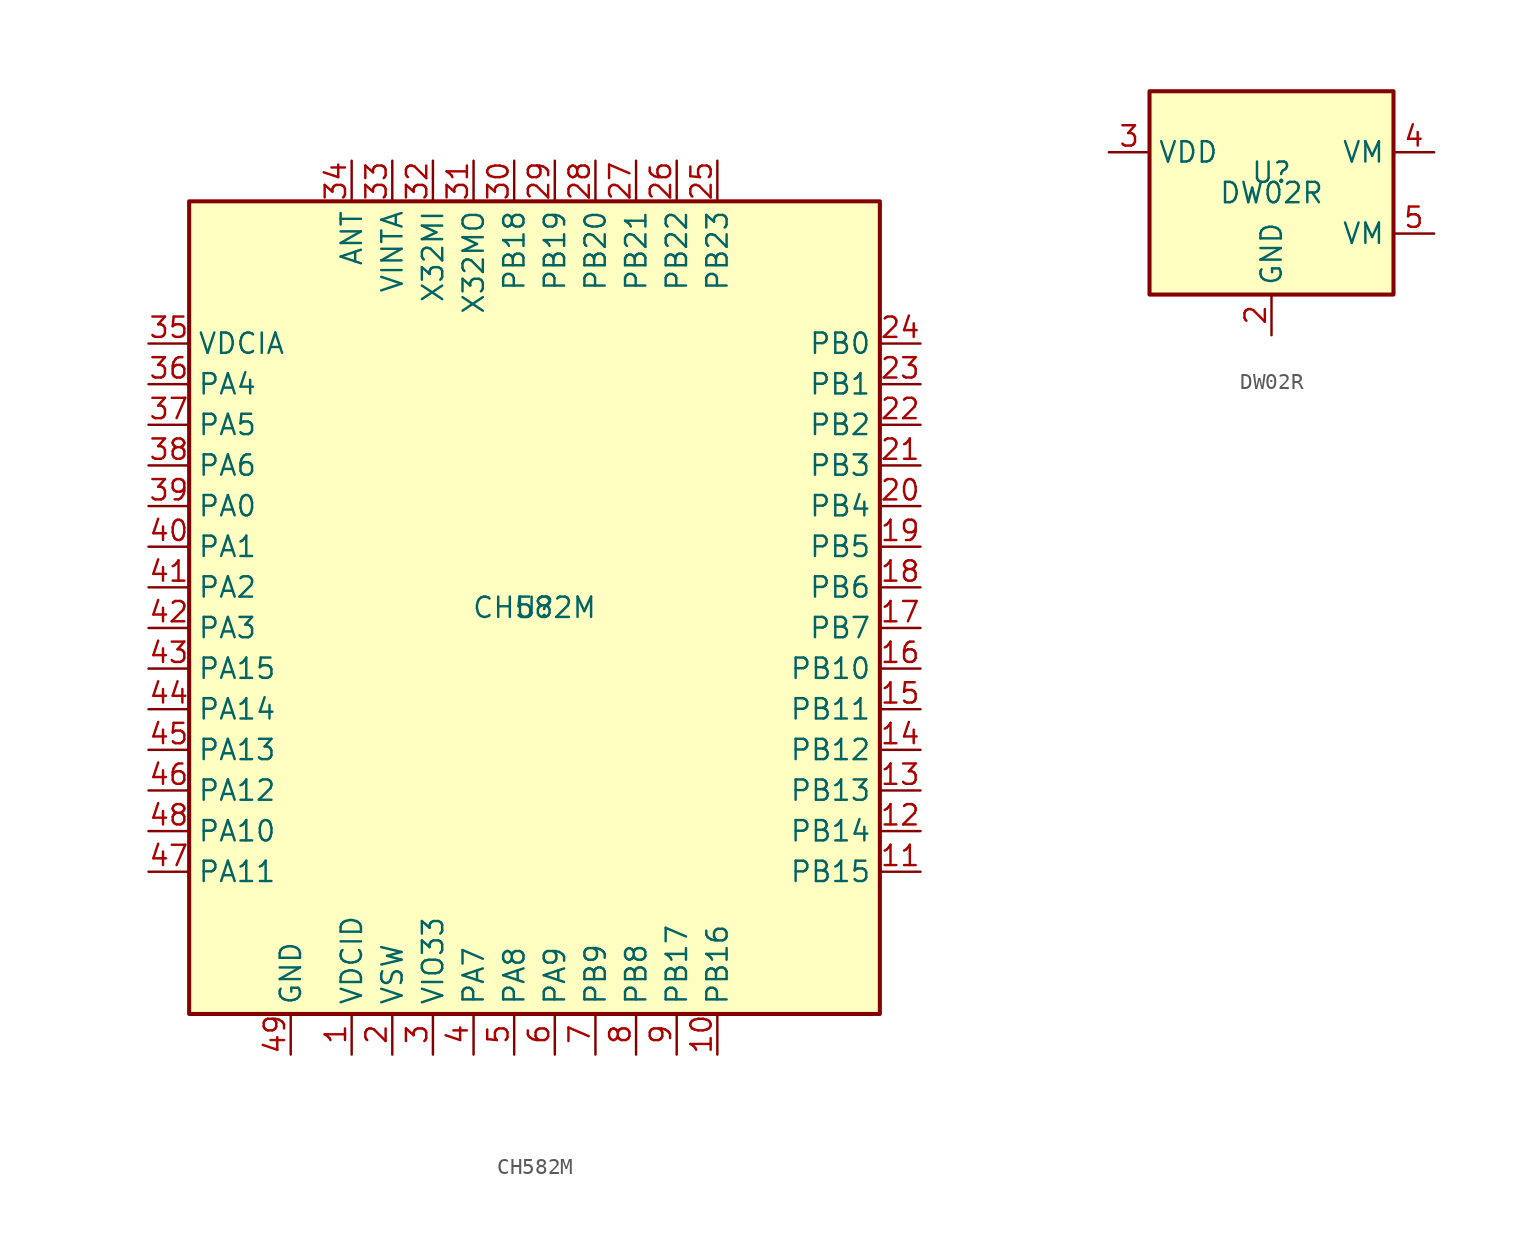
<source format=kicad_sym>
(kicad_symbol_lib
  (version 20231120)
  (generator "kicad_symbol_editor")
  (generator_version "8.0")
  (symbol "CH582M"
    (property "Reference" "U"
      (at 0 0 0)
      (effects (font (size 1.27 1.27))))
    (property "Value" "CH582M"
      (at 0 0 0)
      (effects (font (size 1.27 1.27))))
    (symbol "CH582M_1_1"
      (rectangle (start -21.59 25.4) (end 21.59 -25.4) (stroke (width 0.254) (type default)) (fill (type background)))
      (pin power_in line (at -11.43 -27.94 90) (length 2.54) (name "VDCID" (effects (font (size 1.27 1.27)))) (number "1" (effects (font (size 1.27 1.27)))))
      (pin bidirectional line (at 11.43 -27.94 90) (length 2.54) (name "PB16" (effects (font (size 1.27 1.27)))) (number "10" (effects (font (size 1.27 1.27)))))
      (pin bidirectional line (at 24.13 -16.51 180) (length 2.54) (name "PB15" (effects (font (size 1.27 1.27)))) (number "11" (effects (font (size 1.27 1.27)))))
      (pin bidirectional line (at 24.13 -13.97 180) (length 2.54) (name "PB14" (effects (font (size 1.27 1.27)))) (number "12" (effects (font (size 1.27 1.27)))))
      (pin bidirectional line (at 24.13 -11.43 180) (length 2.54) (name "PB13" (effects (font (size 1.27 1.27)))) (number "13" (effects (font (size 1.27 1.27)))))
      (pin bidirectional line (at 24.13 -8.89 180) (length 2.54) (name "PB12" (effects (font (size 1.27 1.27)))) (number "14" (effects (font (size 1.27 1.27)))))
      (pin bidirectional line (at 24.13 -6.35 180) (length 2.54) (name "PB11" (effects (font (size 1.27 1.27)))) (number "15" (effects (font (size 1.27 1.27)))))
      (pin bidirectional line (at 24.13 -3.81 180) (length 2.54) (name "PB10" (effects (font (size 1.27 1.27)))) (number "16" (effects (font (size 1.27 1.27)))))
      (pin bidirectional line (at 24.13 -1.27 180) (length 2.54) (name "PB7" (effects (font (size 1.27 1.27)))) (number "17" (effects (font (size 1.27 1.27)))))
      (pin bidirectional line (at 24.13 1.27 180) (length 2.54) (name "PB6" (effects (font (size 1.27 1.27)))) (number "18" (effects (font (size 1.27 1.27)))))
      (pin bidirectional line (at 24.13 3.81 180) (length 2.54) (name "PB5" (effects (font (size 1.27 1.27)))) (number "19" (effects (font (size 1.27 1.27)))))
      (pin power_out line (at -8.89 -27.94 90) (length 2.54) (name "VSW" (effects (font (size 1.27 1.27)))) (number "2" (effects (font (size 1.27 1.27)))))
      (pin bidirectional line (at 24.13 6.35 180) (length 2.54) (name "PB4" (effects (font (size 1.27 1.27)))) (number "20" (effects (font (size 1.27 1.27)))))
      (pin bidirectional line (at 24.13 8.89 180) (length 2.54) (name "PB3" (effects (font (size 1.27 1.27)))) (number "21" (effects (font (size 1.27 1.27)))))
      (pin bidirectional line (at 24.13 11.43 180) (length 2.54) (name "PB2" (effects (font (size 1.27 1.27)))) (number "22" (effects (font (size 1.27 1.27)))))
      (pin bidirectional line (at 24.13 13.97 180) (length 2.54) (name "PB1" (effects (font (size 1.27 1.27)))) (number "23" (effects (font (size 1.27 1.27)))))
      (pin bidirectional line (at 24.13 16.51 180) (length 2.54) (name "PB0" (effects (font (size 1.27 1.27)))) (number "24" (effects (font (size 1.27 1.27)))))
      (pin bidirectional line (at 11.43 27.94 270) (length 2.54) (name "PB23" (effects (font (size 1.27 1.27)))) (number "25" (effects (font (size 1.27 1.27)))))
      (pin bidirectional line (at 8.89 27.94 270) (length 2.54) (name "PB22" (effects (font (size 1.27 1.27)))) (number "26" (effects (font (size 1.27 1.27)))))
      (pin bidirectional line (at 6.35 27.94 270) (length 2.54) (name "PB21" (effects (font (size 1.27 1.27)))) (number "27" (effects (font (size 1.27 1.27)))))
      (pin bidirectional line (at 3.81 27.94 270) (length 2.54) (name "PB20" (effects (font (size 1.27 1.27)))) (number "28" (effects (font (size 1.27 1.27)))))
      (pin bidirectional line (at 1.27 27.94 270) (length 2.54) (name "PB19" (effects (font (size 1.27 1.27)))) (number "29" (effects (font (size 1.27 1.27)))))
      (pin power_in line (at -6.35 -27.94 90) (length 2.54) (name "VIO33" (effects (font (size 1.27 1.27)))) (number "3" (effects (font (size 1.27 1.27)))))
      (pin bidirectional line (at -1.27 27.94 270) (length 2.54) (name "PB18" (effects (font (size 1.27 1.27)))) (number "30" (effects (font (size 1.27 1.27)))))
      (pin output line (at -3.81 27.94 270) (length 2.54) (name "X32MO" (effects (font (size 1.27 1.27)))) (number "31" (effects (font (size 1.27 1.27)))))
      (pin input line (at -6.35 27.94 270) (length 2.54) (name "X32MI" (effects (font (size 1.27 1.27)))) (number "32" (effects (font (size 1.27 1.27)))))
      (pin passive line (at -8.89 27.94 270) (length 2.54) (name "VINTA" (effects (font (size 1.27 1.27)))) (number "33" (effects (font (size 1.27 1.27)))))
      (pin bidirectional line (at -11.43 27.94 270) (length 2.54) (name "ANT" (effects (font (size 1.27 1.27)))) (number "34" (effects (font (size 1.27 1.27)))))
      (pin power_in line (at -24.13 16.51 0) (length 2.54) (name "VDCIA" (effects (font (size 1.27 1.27)))) (number "35" (effects (font (size 1.27 1.27)))))
      (pin bidirectional line (at -24.13 13.97 0) (length 2.54) (name "PA4" (effects (font (size 1.27 1.27)))) (number "36" (effects (font (size 1.27 1.27)))))
      (pin bidirectional line (at -24.13 11.43 0) (length 2.54) (name "PA5" (effects (font (size 1.27 1.27)))) (number "37" (effects (font (size 1.27 1.27)))))
      (pin bidirectional line (at -24.13 8.89 0) (length 2.54) (name "PA6" (effects (font (size 1.27 1.27)))) (number "38" (effects (font (size 1.27 1.27)))))
      (pin bidirectional line (at -24.13 6.35 0) (length 2.54) (name "PA0" (effects (font (size 1.27 1.27)))) (number "39" (effects (font (size 1.27 1.27)))))
      (pin bidirectional line (at -3.81 -27.94 90) (length 2.54) (name "PA7" (effects (font (size 1.27 1.27)))) (number "4" (effects (font (size 1.27 1.27)))))
      (pin bidirectional line (at -24.13 3.81 0) (length 2.54) (name "PA1" (effects (font (size 1.27 1.27)))) (number "40" (effects (font (size 1.27 1.27)))))
      (pin bidirectional line (at -24.13 1.27 0) (length 2.54) (name "PA2" (effects (font (size 1.27 1.27)))) (number "41" (effects (font (size 1.27 1.27)))))
      (pin bidirectional line (at -24.13 -1.27 0) (length 2.54) (name "PA3" (effects (font (size 1.27 1.27)))) (number "42" (effects (font (size 1.27 1.27)))))
      (pin bidirectional line (at -24.13 -3.81 0) (length 2.54) (name "PA15" (effects (font (size 1.27 1.27)))) (number "43" (effects (font (size 1.27 1.27)))))
      (pin bidirectional line (at -24.13 -6.35 0) (length 2.54) (name "PA14" (effects (font (size 1.27 1.27)))) (number "44" (effects (font (size 1.27 1.27)))))
      (pin bidirectional line (at -24.13 -8.89 0) (length 2.54) (name "PA13" (effects (font (size 1.27 1.27)))) (number "45" (effects (font (size 1.27 1.27)))))
      (pin bidirectional line (at -24.13 -11.43 0) (length 2.54) (name "PA12" (effects (font (size 1.27 1.27)))) (number "46" (effects (font (size 1.27 1.27)))))
      (pin bidirectional line (at -24.13 -16.51 0) (length 2.54) (name "PA11" (effects (font (size 1.27 1.27)))) (number "47" (effects (font (size 1.27 1.27)))))
      (pin bidirectional line (at -24.13 -13.97 0) (length 2.54) (name "PA10" (effects (font (size 1.27 1.27)))) (number "48" (effects (font (size 1.27 1.27)))))
      (pin passive line (at -15.24 -27.94 90) (length 2.54) (name "GND" (effects (font (size 1.27 1.27)))) (number "49" (effects (font (size 1.27 1.27)))))
      (pin bidirectional line (at -1.27 -27.94 90) (length 2.54) (name "PA8" (effects (font (size 1.27 1.27)))) (number "5" (effects (font (size 1.27 1.27)))))
      (pin bidirectional line (at 1.27 -27.94 90) (length 2.54) (name "PA9" (effects (font (size 1.27 1.27)))) (number "6" (effects (font (size 1.27 1.27)))))
      (pin bidirectional line (at 3.81 -27.94 90) (length 2.54) (name "PB9" (effects (font (size 1.27 1.27)))) (number "7" (effects (font (size 1.27 1.27)))))
      (pin bidirectional line (at 6.35 -27.94 90) (length 2.54) (name "PB8" (effects (font (size 1.27 1.27)))) (number "8" (effects (font (size 1.27 1.27)))))
      (pin bidirectional line (at 8.89 -27.94 90) (length 2.54) (name "PB17" (effects (font (size 1.27 1.27)))) (number "9" (effects (font (size 1.27 1.27)))))))
  (symbol "DW02R"
    (property "Reference" "U"
      (at 0 1.27 0)
      (effects (font (size 1.27 1.27))))
    (property "Value" "DW02R"
      (at 0 0 0)
      (effects (font (size 1.27 1.27))))
    (symbol "DW02R_0_1"
      (rectangle (start -7.62 6.35) (end 7.62 -6.35) (stroke (width 0.254) (type default)) (fill (type background))))
    (symbol "DW02R_1_1"
      (pin no_connect line (at -10.16 -2.54 0) (length 2.54) hide (name "NC" (effects (font (size 1.27 1.27)))) (number "1" (effects (font (size 1.27 1.27)))))
      (pin passive line (at 0 -8.89 90) (length 2.54) (name "GND" (effects (font (size 1.27 1.27)))) (number "2" (effects (font (size 1.27 1.27)))))
      (pin power_in line (at -10.16 2.54 0) (length 2.54) (name "VDD" (effects (font (size 1.27 1.27)))) (number "3" (effects (font (size 1.27 1.27)))))
      (pin power_in line (at 10.16 2.54 180) (length 2.54) (name "VM" (effects (font (size 1.27 1.27)))) (number "4" (effects (font (size 1.27 1.27)))))
      (pin power_in line (at 10.16 -2.54 180) (length 2.54) (name "VM" (effects (font (size 1.27 1.27)))) (number "5" (effects (font (size 1.27 1.27))))))))
</source>
